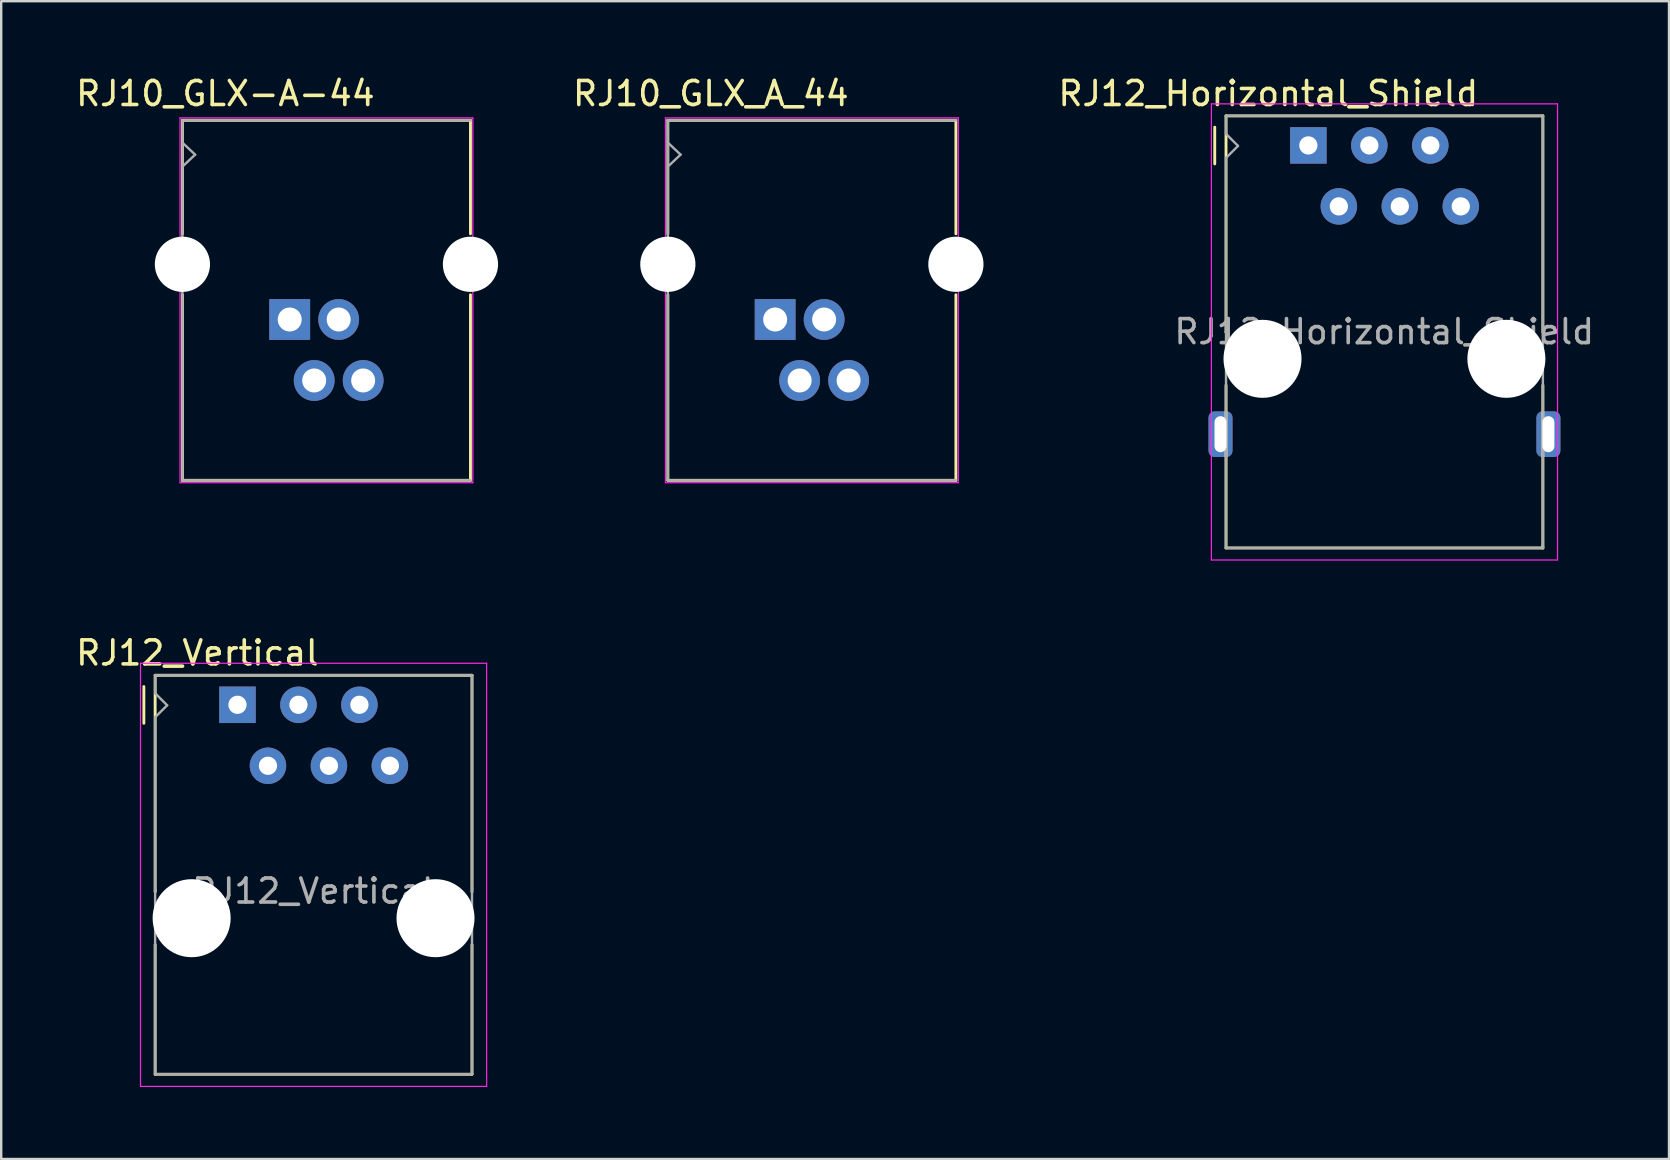
<source format=kicad_pcb>
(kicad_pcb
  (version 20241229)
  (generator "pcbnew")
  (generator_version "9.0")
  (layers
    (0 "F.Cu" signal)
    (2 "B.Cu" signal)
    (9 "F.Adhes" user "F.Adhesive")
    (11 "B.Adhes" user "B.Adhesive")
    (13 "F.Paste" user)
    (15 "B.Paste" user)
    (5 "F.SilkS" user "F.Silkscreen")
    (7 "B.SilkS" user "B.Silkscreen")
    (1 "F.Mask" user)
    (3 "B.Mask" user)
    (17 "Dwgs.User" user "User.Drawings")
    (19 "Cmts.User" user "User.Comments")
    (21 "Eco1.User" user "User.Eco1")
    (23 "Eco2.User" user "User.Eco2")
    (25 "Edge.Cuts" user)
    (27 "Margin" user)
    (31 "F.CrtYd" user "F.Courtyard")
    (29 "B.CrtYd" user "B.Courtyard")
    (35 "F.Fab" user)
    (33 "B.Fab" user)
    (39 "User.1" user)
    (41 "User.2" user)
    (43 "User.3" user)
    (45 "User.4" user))
  (footprint "RJ10_GLX-A-44"
    (layer "F.Cu")
    (at 10.549 7.96)
    (property "Reference" "RJ10_GLX-A-44" (at -4.21 -7.112 0) (layer "F.SilkS") (effects (font (size 1 1) (thickness 0.15))))
    (attr through_hole)
    (fp_line (start -6 -6) (end 6 -6) (stroke (width 0.12) (type solid)) (layer "F.SilkS"))
    (fp_line (start -6 -1.27) (end -6 -6) (stroke (width 0.12) (type solid)) (layer "F.SilkS"))
    (fp_line (start -6 9) (end -6 1.27) (stroke (width 0.12) (type solid)) (layer "F.SilkS"))
    (fp_line (start 6 -6) (end 6 -1.27) (stroke (width 0.12) (type solid)) (layer "F.SilkS"))
    (fp_line (start 6 9) (end -6 9) (stroke (width 0.12) (type solid)) (layer "F.SilkS"))
    (fp_line (start 6 9) (end 6 1.27) (stroke (width 0.12) (type solid)) (layer "F.SilkS"))
    (fp_line (start -6.1 -6.1) (end 6.1 -6.1) (stroke (width 0.05) (type solid)) (layer "F.CrtYd"))
    (fp_line (start -6.1 9.1) (end -6.1 -6.1) (stroke (width 0.05) (type solid)) (layer "F.CrtYd"))
    (fp_line (start 6.1 -6.1) (end 6.1 9.1) (stroke (width 0.05) (type solid)) (layer "F.CrtYd"))
    (fp_line (start 6.1 9.1) (end -6.1 9.1) (stroke (width 0.05) (type solid)) (layer "F.CrtYd"))
    (fp_line (start -6 -6) (end 6 -6) (stroke (width 0.1) (type solid)) (layer "F.Fab"))
    (fp_line (start -6 -4.068) (end -5.47 -4.568) (stroke (width 0.1) (type solid)) (layer "F.Fab"))
    (fp_line (start -6 9) (end -6 -6) (stroke (width 0.1) (type solid)) (layer "F.Fab"))
    (fp_line (start -5.47 -4.568) (end -6 -5.068) (stroke (width 0.1) (type solid)) (layer "F.Fab"))
    (fp_line (start 6 -6) (end 6 -6) (stroke (width 0.1) (type solid)) (layer "F.Fab"))
    (fp_line (start 6 9) (end -6 9) (stroke (width 0.1) (type solid)) (layer "F.Fab"))
    (pad "" np_thru_hole circle (at -6 0) (size 2.3 2.3) (drill 2.3) (layers "*.Cu" "*.Mask"))
    (pad "" np_thru_hole circle (at 6 0) (size 2.3 2.3) (drill 2.3) (layers "*.Cu" "*.Mask"))
    (pad "1" thru_hole rect (at -1.53 2.3) (size 1.7 1.7) (drill 1) (layers "*.Cu" "*.Mask"))
    (pad "2" thru_hole circle (at -0.51 4.84) (size 1.7 1.7) (drill 1) (layers "*.Cu" "*.Mask"))
    (pad "3" thru_hole circle (at 0.51 2.3) (size 1.7 1.7) (drill 1) (layers "*.Cu" "*.Mask"))
    (pad "4" thru_hole circle (at 1.53 4.84) (size 1.7 1.7) (drill 1) (layers "*.Cu" "*.Mask")))
  (footprint "RJ12_Vertical"
    (layer "F.Cu")
    (at 10.013 34.081)
    (property "Reference" "RJ12_Vertical" (at -4.84 -9.93 0) (layer "F.SilkS") (effects (font (size 1 1) (thickness 0.15))))
    (attr through_hole)
    (fp_line (start -7.07 -7) (end -7.07 -8.53) (stroke (width 0.12) (type solid)) (layer "F.SilkS"))
    (fp_line (start -6.6 -9) (end 6.6 -9) (stroke (width 0.12) (type solid)) (layer "F.SilkS"))
    (fp_line (start -6.6 -0.05) (end -6.6 0.02) (stroke (width 0.1) (type solid)) (layer "F.SilkS"))
    (fp_line (start -6.6 0.02) (end -6.6 -9) (stroke (width 0.12) (type solid)) (layer "F.SilkS"))
    (fp_line (start -6.6 7.62) (end -6.6 2.22) (stroke (width 0.12) (type solid)) (layer "F.SilkS"))
    (fp_line (start 6.6 -9) (end 6.6 0.02) (stroke (width 0.12) (type solid)) (layer "F.SilkS"))
    (fp_line (start 6.6 7.62) (end -6.6 7.62) (stroke (width 0.12) (type solid)) (layer "F.SilkS"))
    (fp_line (start 6.6 7.62) (end 6.6 2.22) (stroke (width 0.12) (type solid)) (layer "F.SilkS"))
    (fp_line (start -7.21 -9.5) (end 7.21 -9.5) (stroke (width 0.05) (type solid)) (layer "F.CrtYd"))
    (fp_line (start -7.21 8.128) (end -7.21 -9.5) (stroke (width 0.05) (type solid)) (layer "F.CrtYd"))
    (fp_line (start 7.21 -9.5) (end 7.21 8.128) (stroke (width 0.05) (type solid)) (layer "F.CrtYd"))
    (fp_line (start 7.21 8.128) (end -7.21 8.128) (stroke (width 0.05) (type solid)) (layer "F.CrtYd"))
    (fp_line (start -6.6 -9) (end 6.6 -9) (stroke (width 0.1) (type solid)) (layer "F.Fab"))
    (fp_line (start -6.6 -8.25) (end -6.6 -9) (stroke (width 0.1) (type solid)) (layer "F.Fab"))
    (fp_line (start -6.6 -7.25) (end -6.1 -7.75) (stroke (width 0.1) (type solid)) (layer "F.Fab"))
    (fp_line (start -6.6 7.62) (end -6.6 -7.25) (stroke (width 0.1) (type solid)) (layer "F.Fab"))
    (fp_line (start -6.1 -7.75) (end -6.6 -8.25) (stroke (width 0.1) (type solid)) (layer "F.Fab"))
    (fp_line (start 6.6 -9) (end 6.6 7.62) (stroke (width 0.1) (type solid)) (layer "F.Fab"))
    (fp_line (start 6.6 7.62) (end -6.6 7.62) (stroke (width 0.1) (type solid)) (layer "F.Fab"))
    (fp_text user "${REFERENCE}" (at -0.01 -0.01 0) (layer "F.Fab") (effects (font (size 1 1) (thickness 0.15))))
    (pad "" np_thru_hole circle (at -5.08 1.12) (size 3.25 3.25) (drill 3.25) (layers "*.Cu" "*.Mask"))
    (pad "" np_thru_hole circle (at 5.08 1.12) (size 3.25 3.25) (drill 3.25) (layers "*.Cu" "*.Mask"))
    (pad "1" thru_hole rect (at -3.17 -7.77) (size 1.52 1.52) (drill 0.76) (layers "*.Cu" "*.Mask"))
    (pad "2" thru_hole circle (at -1.9 -5.23) (size 1.52 1.52) (drill 0.76) (layers "*.Cu" "*.Mask"))
    (pad "3" thru_hole circle (at -0.63 -7.77) (size 1.52 1.52) (drill 0.76) (layers "*.Cu" "*.Mask"))
    (pad "4" thru_hole circle (at 0.64 -5.23) (size 1.52 1.52) (drill 0.76) (layers "*.Cu" "*.Mask"))
    (pad "5" thru_hole circle (at 1.91 -7.77) (size 1.52 1.52) (drill 0.76) (layers "*.Cu" "*.Mask"))
    (pad "6" thru_hole circle (at 3.18 -5.23) (size 1.52 1.52) (drill 0.76) (layers "*.Cu" "*.Mask")))
  (footprint "RJ12_Horizontal_Shield"
    (layer "F.Cu")
    (at 54.625 10.778)
    (property "Reference" "RJ12_Horizontal_Shield" (at -4.84 -9.93 0) (layer "F.SilkS") (effects (font (size 1 1) (thickness 0.15))))
    (attr through_hole)
    (fp_line (start -7.07 -7) (end -7.07 -8.53) (stroke (width 0.12) (type solid)) (layer "F.SilkS"))
    (fp_line (start -6.6 -9) (end 6.6 -9) (stroke (width 0.12) (type solid)) (layer "F.SilkS"))
    (fp_line (start -6.6 -0.05) (end -6.6 0.02) (stroke (width 0.1) (type solid)) (layer "F.SilkS"))
    (fp_line (start -6.6 0.02) (end -6.6 -9) (stroke (width 0.12) (type solid)) (layer "F.SilkS"))
    (fp_line (start -6.6 9) (end -6.6 2.22) (stroke (width 0.12) (type solid)) (layer "F.SilkS"))
    (fp_line (start 6.6 -9) (end 6.6 0.02) (stroke (width 0.12) (type solid)) (layer "F.SilkS"))
    (fp_line (start 6.6 8.88) (end 6.6 9) (stroke (width 0.1) (type solid)) (layer "F.SilkS"))
    (fp_line (start 6.6 8.99) (end 6.6 9) (stroke (width 0.1) (type solid)) (layer "F.SilkS"))
    (fp_line (start 6.6 9) (end -6.6 9) (stroke (width 0.12) (type solid)) (layer "F.SilkS"))
    (fp_line (start 6.6 9) (end 6.6 2.22) (stroke (width 0.12) (type solid)) (layer "F.SilkS"))
    (fp_line (start -7.21 -9.5) (end 7.21 -9.5) (stroke (width 0.05) (type solid)) (layer "F.CrtYd"))
    (fp_line (start -7.21 9.5) (end -7.21 -9.5) (stroke (width 0.05) (type solid)) (layer "F.CrtYd"))
    (fp_line (start 7.21 -9.5) (end 7.21 9.5) (stroke (width 0.05) (type solid)) (layer "F.CrtYd"))
    (fp_line (start 7.21 9.5) (end -7.21 9.5) (stroke (width 0.05) (type solid)) (layer "F.CrtYd"))
    (fp_line (start -6.6 -9) (end 6.6 -9) (stroke (width 0.1) (type solid)) (layer "F.Fab"))
    (fp_line (start -6.6 -8.25) (end -6.6 -9) (stroke (width 0.1) (type solid)) (layer "F.Fab"))
    (fp_line (start -6.6 -7.25) (end -6.1 -7.75) (stroke (width 0.1) (type solid)) (layer "F.Fab"))
    (fp_line (start -6.6 9) (end -6.6 -7.25) (stroke (width 0.1) (type solid)) (layer "F.Fab"))
    (fp_line (start -6.1 -7.75) (end -6.6 -8.25) (stroke (width 0.1) (type solid)) (layer "F.Fab"))
    (fp_line (start 6.6 -9) (end 6.6 9) (stroke (width 0.1) (type solid)) (layer "F.Fab"))
    (fp_line (start 6.6 9) (end -6.6 9) (stroke (width 0.1) (type solid)) (layer "F.Fab"))
    (fp_text user "${REFERENCE}" (at -0.01 -0.01 0) (layer "F.Fab") (effects (font (size 1 1) (thickness 0.15))))
    (pad "" np_thru_hole circle (at -5.08 1.12) (size 3.25 3.25) (drill 3.25) (layers "*.Cu" "*.Mask"))
    (pad "" np_thru_hole circle (at 5.08 1.12) (size 3.25 3.25) (drill 3.25) (layers "*.Cu" "*.Mask"))
    (pad "1" thru_hole rect (at -3.17 -7.77) (size 1.52 1.52) (drill 0.76) (layers "*.Cu" "*.Mask"))
    (pad "2" thru_hole circle (at -1.9 -5.23) (size 1.52 1.52) (drill 0.76) (layers "*.Cu" "*.Mask"))
    (pad "3" thru_hole circle (at -0.63 -7.77) (size 1.52 1.52) (drill 0.76) (layers "*.Cu" "*.Mask"))
    (pad "4" thru_hole circle (at 0.64 -5.23) (size 1.52 1.52) (drill 0.76) (layers "*.Cu" "*.Mask"))
    (pad "5" thru_hole circle (at 1.91 -7.77) (size 1.52 1.52) (drill 0.76) (layers "*.Cu" "*.Mask"))
    (pad "6" thru_hole circle (at 3.18 -5.23) (size 1.52 1.52) (drill 0.76) (layers "*.Cu" "*.Mask"))
    (pad "7" thru_hole roundrect (at -6.83 4.26) (size 1 1.9) (drill oval 0.5 1.5) (layers "*.Cu" "*.Mask") (roundrect_rratio 0.25))
    (pad "7" thru_hole roundrect (at 6.83 4.26) (size 1 1.9) (drill oval 0.5 1.5) (layers "*.Cu" "*.Mask") (roundrect_rratio 0.25)))
  (footprint "RJ10_GLX_A_44"
    (layer "F.Cu")
    (at 30.772 7.96)
    (property "Reference" "RJ10_GLX_A_44" (at -4.21 -7.112 0) (layer "F.SilkS") (effects (font (size 1 1) (thickness 0.15))))
    (attr through_hole)
    (fp_line (start -6 -6) (end 6 -6) (stroke (width 0.12) (type solid)) (layer "F.SilkS"))
    (fp_line (start -6 -1.27) (end -6 -6) (stroke (width 0.12) (type solid)) (layer "F.SilkS"))
    (fp_line (start -6 9) (end -6 1.27) (stroke (width 0.12) (type solid)) (layer "F.SilkS"))
    (fp_line (start 6 -6) (end 6 -1.27) (stroke (width 0.12) (type solid)) (layer "F.SilkS"))
    (fp_line (start 6 9) (end -6 9) (stroke (width 0.12) (type solid)) (layer "F.SilkS"))
    (fp_line (start 6 9) (end 6 1.27) (stroke (width 0.12) (type solid)) (layer "F.SilkS"))
    (fp_line (start -6.1 -6.1) (end 6.1 -6.1) (stroke (width 0.05) (type solid)) (layer "F.CrtYd"))
    (fp_line (start -6.1 9.1) (end -6.1 -6.1) (stroke (width 0.05) (type solid)) (layer "F.CrtYd"))
    (fp_line (start 6.1 -6.1) (end 6.1 9.1) (stroke (width 0.05) (type solid)) (layer "F.CrtYd"))
    (fp_line (start 6.1 9.1) (end -6.1 9.1) (stroke (width 0.05) (type solid)) (layer "F.CrtYd"))
    (fp_line (start -6 -6) (end 6 -6) (stroke (width 0.1) (type solid)) (layer "F.Fab"))
    (fp_line (start -6 -4.068) (end -5.47 -4.568) (stroke (width 0.1) (type solid)) (layer "F.Fab"))
    (fp_line (start -6 9) (end -6 -6) (stroke (width 0.1) (type solid)) (layer "F.Fab"))
    (fp_line (start -5.47 -4.568) (end -6 -5.068) (stroke (width 0.1) (type solid)) (layer "F.Fab"))
    (fp_line (start 6 -6) (end 6 -6) (stroke (width 0.1) (type solid)) (layer "F.Fab"))
    (fp_line (start 6 9) (end -6 9) (stroke (width 0.1) (type solid)) (layer "F.Fab"))
    (pad "" np_thru_hole circle (at -6 0) (size 2.3 2.3) (drill 2.3) (layers "*.Cu" "*.Mask"))
    (pad "" np_thru_hole circle (at 6 0) (size 2.3 2.3) (drill 2.3) (layers "*.Cu" "*.Mask"))
    (pad "1" thru_hole rect (at -1.53 2.3) (size 1.7 1.7) (drill 1) (layers "*.Cu" "*.Mask"))
    (pad "2" thru_hole circle (at -0.51 4.84) (size 1.7 1.7) (drill 1) (layers "*.Cu" "*.Mask"))
    (pad "3" thru_hole circle (at 0.51 2.3) (size 1.7 1.7) (drill 1) (layers "*.Cu" "*.Mask"))
    (pad "4" thru_hole circle (at 1.53 4.84) (size 1.7 1.7) (drill 1) (layers "*.Cu" "*.Mask")))
  (gr_rect
    (start -3 -3)
    (end 66.479 45.234)
    (stroke (width 0.1) (type default))
    (fill no)
    (layer "Edge.Cuts")))
</source>
